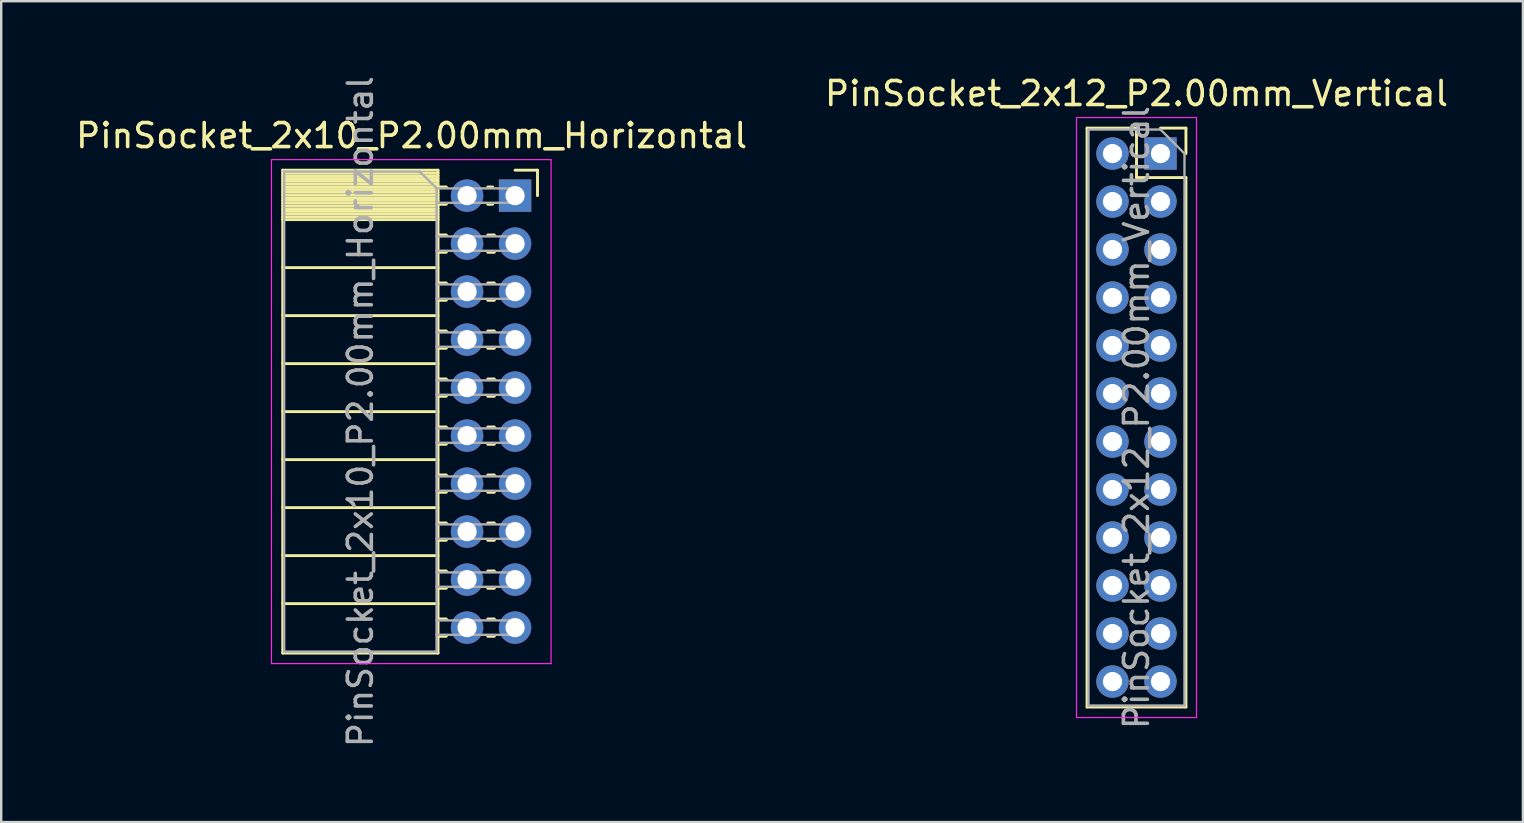
<source format=kicad_pcb>
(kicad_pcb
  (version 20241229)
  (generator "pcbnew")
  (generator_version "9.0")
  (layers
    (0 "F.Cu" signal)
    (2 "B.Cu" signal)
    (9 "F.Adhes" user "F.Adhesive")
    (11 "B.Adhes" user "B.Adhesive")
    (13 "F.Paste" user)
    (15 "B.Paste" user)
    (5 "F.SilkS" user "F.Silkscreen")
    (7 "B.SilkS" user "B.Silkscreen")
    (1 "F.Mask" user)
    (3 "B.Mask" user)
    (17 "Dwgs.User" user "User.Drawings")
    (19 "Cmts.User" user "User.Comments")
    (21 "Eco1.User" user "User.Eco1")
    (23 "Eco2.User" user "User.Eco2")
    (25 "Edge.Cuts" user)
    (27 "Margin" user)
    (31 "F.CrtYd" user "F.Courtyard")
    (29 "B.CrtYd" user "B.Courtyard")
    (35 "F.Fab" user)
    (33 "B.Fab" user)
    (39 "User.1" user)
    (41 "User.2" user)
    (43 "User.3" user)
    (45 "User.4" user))
  (footprint "PinSocket_2x10_P2.00mm_Horizontal"
    (layer "F.Cu")
    (at 18.411 5.101)
    (property "Reference" "PinSocket_2x10_P2.00mm_Horizontal" (at -4.31 -2.5 0) (layer "F.SilkS") (effects (font (size 1 1) (thickness 0.15))))
    (attr through_hole)
    (fp_line (start -9.68 -1.06) (end -9.68 19.06) (stroke (width 0.12) (type solid)) (layer "F.SilkS"))
    (fp_line (start -9.68 -1.06) (end -3.21 -1.06) (stroke (width 0.12) (type solid)) (layer "F.SilkS"))
    (fp_line (start -9.68 -0.94) (end -3.21 -0.94) (stroke (width 0.12) (type solid)) (layer "F.SilkS"))
    (fp_line (start -9.68 -0.826) (end -3.21 -0.826) (stroke (width 0.12) (type solid)) (layer "F.SilkS"))
    (fp_line (start -9.68 -0.712) (end -3.21 -0.712) (stroke (width 0.12) (type solid)) (layer "F.SilkS"))
    (fp_line (start -9.68 -0.598) (end -3.21 -0.598) (stroke (width 0.12) (type solid)) (layer "F.SilkS"))
    (fp_line (start -9.68 -0.484) (end -3.21 -0.484) (stroke (width 0.12) (type solid)) (layer "F.SilkS"))
    (fp_line (start -9.68 -0.369) (end -3.21 -0.369) (stroke (width 0.12) (type solid)) (layer "F.SilkS"))
    (fp_line (start -9.68 -0.255) (end -3.21 -0.255) (stroke (width 0.12) (type solid)) (layer "F.SilkS"))
    (fp_line (start -9.68 -0.141) (end -3.21 -0.141) (stroke (width 0.12) (type solid)) (layer "F.SilkS"))
    (fp_line (start -9.68 -0.027) (end -3.21 -0.027) (stroke (width 0.12) (type solid)) (layer "F.SilkS"))
    (fp_line (start -9.68 0.087) (end -3.21 0.087) (stroke (width 0.12) (type solid)) (layer "F.SilkS"))
    (fp_line (start -9.68 0.201) (end -3.21 0.201) (stroke (width 0.12) (type solid)) (layer "F.SilkS"))
    (fp_line (start -9.68 0.315) (end -3.21 0.315) (stroke (width 0.12) (type solid)) (layer "F.SilkS"))
    (fp_line (start -9.68 0.429) (end -3.21 0.429) (stroke (width 0.12) (type solid)) (layer "F.SilkS"))
    (fp_line (start -9.68 0.544) (end -3.21 0.544) (stroke (width 0.12) (type solid)) (layer "F.SilkS"))
    (fp_line (start -9.68 0.658) (end -3.21 0.658) (stroke (width 0.12) (type solid)) (layer "F.SilkS"))
    (fp_line (start -9.68 0.772) (end -3.21 0.772) (stroke (width 0.12) (type solid)) (layer "F.SilkS"))
    (fp_line (start -9.68 0.886) (end -3.21 0.886) (stroke (width 0.12) (type solid)) (layer "F.SilkS"))
    (fp_line (start -9.68 1) (end -3.21 1) (stroke (width 0.12) (type solid)) (layer "F.SilkS"))
    (fp_line (start -9.68 3) (end -3.21 3) (stroke (width 0.12) (type solid)) (layer "F.SilkS"))
    (fp_line (start -9.68 5) (end -3.21 5) (stroke (width 0.12) (type solid)) (layer "F.SilkS"))
    (fp_line (start -9.68 7) (end -3.21 7) (stroke (width 0.12) (type solid)) (layer "F.SilkS"))
    (fp_line (start -9.68 9) (end -3.21 9) (stroke (width 0.12) (type solid)) (layer "F.SilkS"))
    (fp_line (start -9.68 11) (end -3.21 11) (stroke (width 0.12) (type solid)) (layer "F.SilkS"))
    (fp_line (start -9.68 13) (end -3.21 13) (stroke (width 0.12) (type solid)) (layer "F.SilkS"))
    (fp_line (start -9.68 15) (end -3.21 15) (stroke (width 0.12) (type solid)) (layer "F.SilkS"))
    (fp_line (start -9.68 17) (end -3.21 17) (stroke (width 0.12) (type solid)) (layer "F.SilkS"))
    (fp_line (start -9.68 19.06) (end -3.21 19.06) (stroke (width 0.12) (type solid)) (layer "F.SilkS"))
    (fp_line (start -3.21 -1.06) (end -3.21 19.06) (stroke (width 0.12) (type solid)) (layer "F.SilkS"))
    (fp_line (start -3.21 -0.36) (end -2.863 -0.36) (stroke (width 0.12) (type solid)) (layer "F.SilkS"))
    (fp_line (start -3.21 0.36) (end -2.863 0.36) (stroke (width 0.12) (type solid)) (layer "F.SilkS"))
    (fp_line (start -3.21 1.64) (end -2.863 1.64) (stroke (width 0.12) (type solid)) (layer "F.SilkS"))
    (fp_line (start -3.21 2.36) (end -2.863 2.36) (stroke (width 0.12) (type solid)) (layer "F.SilkS"))
    (fp_line (start -3.21 3.64) (end -2.863 3.64) (stroke (width 0.12) (type solid)) (layer "F.SilkS"))
    (fp_line (start -3.21 4.36) (end -2.863 4.36) (stroke (width 0.12) (type solid)) (layer "F.SilkS"))
    (fp_line (start -3.21 5.64) (end -2.863 5.64) (stroke (width 0.12) (type solid)) (layer "F.SilkS"))
    (fp_line (start -3.21 6.36) (end -2.863 6.36) (stroke (width 0.12) (type solid)) (layer "F.SilkS"))
    (fp_line (start -3.21 7.64) (end -2.863 7.64) (stroke (width 0.12) (type solid)) (layer "F.SilkS"))
    (fp_line (start -3.21 8.36) (end -2.863 8.36) (stroke (width 0.12) (type solid)) (layer "F.SilkS"))
    (fp_line (start -3.21 9.64) (end -2.863 9.64) (stroke (width 0.12) (type solid)) (layer "F.SilkS"))
    (fp_line (start -3.21 10.36) (end -2.863 10.36) (stroke (width 0.12) (type solid)) (layer "F.SilkS"))
    (fp_line (start -3.21 11.64) (end -2.863 11.64) (stroke (width 0.12) (type solid)) (layer "F.SilkS"))
    (fp_line (start -3.21 12.36) (end -2.863 12.36) (stroke (width 0.12) (type solid)) (layer "F.SilkS"))
    (fp_line (start -3.21 13.64) (end -2.863 13.64) (stroke (width 0.12) (type solid)) (layer "F.SilkS"))
    (fp_line (start -3.21 14.36) (end -2.863 14.36) (stroke (width 0.12) (type solid)) (layer "F.SilkS"))
    (fp_line (start -3.21 15.64) (end -2.863 15.64) (stroke (width 0.12) (type solid)) (layer "F.SilkS"))
    (fp_line (start -3.21 16.36) (end -2.863 16.36) (stroke (width 0.12) (type solid)) (layer "F.SilkS"))
    (fp_line (start -3.21 17.64) (end -2.863 17.64) (stroke (width 0.12) (type solid)) (layer "F.SilkS"))
    (fp_line (start -3.21 18.36) (end -2.863 18.36) (stroke (width 0.12) (type solid)) (layer "F.SilkS"))
    (fp_line (start -1.137 -0.36) (end -0.935 -0.36) (stroke (width 0.12) (type solid)) (layer "F.SilkS"))
    (fp_line (start -1.137 0.36) (end -0.935 0.36) (stroke (width 0.12) (type solid)) (layer "F.SilkS"))
    (fp_line (start -1.137 1.64) (end -0.863 1.64) (stroke (width 0.12) (type solid)) (layer "F.SilkS"))
    (fp_line (start -1.137 2.36) (end -0.863 2.36) (stroke (width 0.12) (type solid)) (layer "F.SilkS"))
    (fp_line (start -1.137 3.64) (end -0.863 3.64) (stroke (width 0.12) (type solid)) (layer "F.SilkS"))
    (fp_line (start -1.137 4.36) (end -0.863 4.36) (stroke (width 0.12) (type solid)) (layer "F.SilkS"))
    (fp_line (start -1.137 5.64) (end -0.863 5.64) (stroke (width 0.12) (type solid)) (layer "F.SilkS"))
    (fp_line (start -1.137 6.36) (end -0.863 6.36) (stroke (width 0.12) (type solid)) (layer "F.SilkS"))
    (fp_line (start -1.137 7.64) (end -0.863 7.64) (stroke (width 0.12) (type solid)) (layer "F.SilkS"))
    (fp_line (start -1.137 8.36) (end -0.863 8.36) (stroke (width 0.12) (type solid)) (layer "F.SilkS"))
    (fp_line (start -1.137 9.64) (end -0.863 9.64) (stroke (width 0.12) (type solid)) (layer "F.SilkS"))
    (fp_line (start -1.137 10.36) (end -0.863 10.36) (stroke (width 0.12) (type solid)) (layer "F.SilkS"))
    (fp_line (start -1.137 11.64) (end -0.863 11.64) (stroke (width 0.12) (type solid)) (layer "F.SilkS"))
    (fp_line (start -1.137 12.36) (end -0.863 12.36) (stroke (width 0.12) (type solid)) (layer "F.SilkS"))
    (fp_line (start -1.137 13.64) (end -0.863 13.64) (stroke (width 0.12) (type solid)) (layer "F.SilkS"))
    (fp_line (start -1.137 14.36) (end -0.863 14.36) (stroke (width 0.12) (type solid)) (layer "F.SilkS"))
    (fp_line (start -1.137 15.64) (end -0.863 15.64) (stroke (width 0.12) (type solid)) (layer "F.SilkS"))
    (fp_line (start -1.137 16.36) (end -0.863 16.36) (stroke (width 0.12) (type solid)) (layer "F.SilkS"))
    (fp_line (start -1.137 17.64) (end -0.863 17.64) (stroke (width 0.12) (type solid)) (layer "F.SilkS"))
    (fp_line (start -1.137 18.36) (end -0.863 18.36) (stroke (width 0.12) (type solid)) (layer "F.SilkS"))
    (fp_line (start 0 -1.06) (end 0.935 -1.06) (stroke (width 0.12) (type solid)) (layer "F.SilkS"))
    (fp_line (start 0.935 -1.06) (end 0.935 0) (stroke (width 0.12) (type solid)) (layer "F.SilkS"))
    (fp_line (start -10.15 -1.5) (end -10.15 19.5) (stroke (width 0.05) (type solid)) (layer "F.CrtYd"))
    (fp_line (start -10.15 19.5) (end 1.5 19.5) (stroke (width 0.05) (type solid)) (layer "F.CrtYd"))
    (fp_line (start 1.5 -1.5) (end -10.15 -1.5) (stroke (width 0.05) (type solid)) (layer "F.CrtYd"))
    (fp_line (start 1.5 19.5) (end 1.5 -1.5) (stroke (width 0.05) (type solid)) (layer "F.CrtYd"))
    (fp_line (start -9.62 -1) (end -3.97 -1) (stroke (width 0.1) (type solid)) (layer "F.Fab"))
    (fp_line (start -9.62 19) (end -9.62 -1) (stroke (width 0.1) (type solid)) (layer "F.Fab"))
    (fp_line (start -3.97 -1) (end -3.27 -0.3) (stroke (width 0.1) (type solid)) (layer "F.Fab"))
    (fp_line (start -3.27 -0.3) (end -3.27 19) (stroke (width 0.1) (type solid)) (layer "F.Fab"))
    (fp_line (start -3.27 0.3) (end 0 0.3) (stroke (width 0.1) (type solid)) (layer "F.Fab"))
    (fp_line (start -3.27 2.3) (end 0 2.3) (stroke (width 0.1) (type solid)) (layer "F.Fab"))
    (fp_line (start -3.27 4.3) (end 0 4.3) (stroke (width 0.1) (type solid)) (layer "F.Fab"))
    (fp_line (start -3.27 6.3) (end 0 6.3) (stroke (width 0.1) (type solid)) (layer "F.Fab"))
    (fp_line (start -3.27 8.3) (end 0 8.3) (stroke (width 0.1) (type solid)) (layer "F.Fab"))
    (fp_line (start -3.27 10.3) (end 0 10.3) (stroke (width 0.1) (type solid)) (layer "F.Fab"))
    (fp_line (start -3.27 12.3) (end 0 12.3) (stroke (width 0.1) (type solid)) (layer "F.Fab"))
    (fp_line (start -3.27 14.3) (end 0 14.3) (stroke (width 0.1) (type solid)) (layer "F.Fab"))
    (fp_line (start -3.27 16.3) (end 0 16.3) (stroke (width 0.1) (type solid)) (layer "F.Fab"))
    (fp_line (start -3.27 18.3) (end 0 18.3) (stroke (width 0.1) (type solid)) (layer "F.Fab"))
    (fp_line (start -3.27 19) (end -9.62 19) (stroke (width 0.1) (type solid)) (layer "F.Fab"))
    (fp_line (start 0 -0.3) (end -3.27 -0.3) (stroke (width 0.1) (type solid)) (layer "F.Fab"))
    (fp_line (start 0 0.3) (end 0 -0.3) (stroke (width 0.1) (type solid)) (layer "F.Fab"))
    (fp_line (start 0 1.7) (end -3.27 1.7) (stroke (width 0.1) (type solid)) (layer "F.Fab"))
    (fp_line (start 0 2.3) (end 0 1.7) (stroke (width 0.1) (type solid)) (layer "F.Fab"))
    (fp_line (start 0 3.7) (end -3.27 3.7) (stroke (width 0.1) (type solid)) (layer "F.Fab"))
    (fp_line (start 0 4.3) (end 0 3.7) (stroke (width 0.1) (type solid)) (layer "F.Fab"))
    (fp_line (start 0 5.7) (end -3.27 5.7) (stroke (width 0.1) (type solid)) (layer "F.Fab"))
    (fp_line (start 0 6.3) (end 0 5.7) (stroke (width 0.1) (type solid)) (layer "F.Fab"))
    (fp_line (start 0 7.7) (end -3.27 7.7) (stroke (width 0.1) (type solid)) (layer "F.Fab"))
    (fp_line (start 0 8.3) (end 0 7.7) (stroke (width 0.1) (type solid)) (layer "F.Fab"))
    (fp_line (start 0 9.7) (end -3.27 9.7) (stroke (width 0.1) (type solid)) (layer "F.Fab"))
    (fp_line (start 0 10.3) (end 0 9.7) (stroke (width 0.1) (type solid)) (layer "F.Fab"))
    (fp_line (start 0 11.7) (end -3.27 11.7) (stroke (width 0.1) (type solid)) (layer "F.Fab"))
    (fp_line (start 0 12.3) (end 0 11.7) (stroke (width 0.1) (type solid)) (layer "F.Fab"))
    (fp_line (start 0 13.7) (end -3.27 13.7) (stroke (width 0.1) (type solid)) (layer "F.Fab"))
    (fp_line (start 0 14.3) (end 0 13.7) (stroke (width 0.1) (type solid)) (layer "F.Fab"))
    (fp_line (start 0 15.7) (end -3.27 15.7) (stroke (width 0.1) (type solid)) (layer "F.Fab"))
    (fp_line (start 0 16.3) (end 0 15.7) (stroke (width 0.1) (type solid)) (layer "F.Fab"))
    (fp_line (start 0 17.7) (end -3.27 17.7) (stroke (width 0.1) (type solid)) (layer "F.Fab"))
    (fp_line (start 0 18.3) (end 0 17.7) (stroke (width 0.1) (type solid)) (layer "F.Fab"))
    (fp_text user "${REFERENCE}" (at -6.445 9 90) (layer "F.Fab") (effects (font (size 1 1) (thickness 0.15))))
    (pad "1" thru_hole rect (at 0 0) (size 1.35 1.35) (drill 0.8) (layers "*.Cu" "*.Mask"))
    (pad "2" thru_hole oval (at -2 0) (size 1.35 1.35) (drill 0.8) (layers "*.Cu" "*.Mask"))
    (pad "3" thru_hole oval (at 0 2) (size 1.35 1.35) (drill 0.8) (layers "*.Cu" "*.Mask"))
    (pad "4" thru_hole oval (at -2 2) (size 1.35 1.35) (drill 0.8) (layers "*.Cu" "*.Mask"))
    (pad "5" thru_hole oval (at 0 4) (size 1.35 1.35) (drill 0.8) (layers "*.Cu" "*.Mask"))
    (pad "6" thru_hole oval (at -2 4) (size 1.35 1.35) (drill 0.8) (layers "*.Cu" "*.Mask"))
    (pad "7" thru_hole oval (at 0 6) (size 1.35 1.35) (drill 0.8) (layers "*.Cu" "*.Mask"))
    (pad "8" thru_hole oval (at -2 6) (size 1.35 1.35) (drill 0.8) (layers "*.Cu" "*.Mask"))
    (pad "9" thru_hole oval (at 0 8) (size 1.35 1.35) (drill 0.8) (layers "*.Cu" "*.Mask"))
    (pad "10" thru_hole oval (at -2 8) (size 1.35 1.35) (drill 0.8) (layers "*.Cu" "*.Mask"))
    (pad "11" thru_hole oval (at 0 10) (size 1.35 1.35) (drill 0.8) (layers "*.Cu" "*.Mask"))
    (pad "12" thru_hole oval (at -2 10) (size 1.35 1.35) (drill 0.8) (layers "*.Cu" "*.Mask"))
    (pad "13" thru_hole oval (at 0 12) (size 1.35 1.35) (drill 0.8) (layers "*.Cu" "*.Mask"))
    (pad "14" thru_hole oval (at -2 12) (size 1.35 1.35) (drill 0.8) (layers "*.Cu" "*.Mask"))
    (pad "15" thru_hole oval (at 0 14) (size 1.35 1.35) (drill 0.8) (layers "*.Cu" "*.Mask"))
    (pad "16" thru_hole oval (at -2 14) (size 1.35 1.35) (drill 0.8) (layers "*.Cu" "*.Mask"))
    (pad "17" thru_hole oval (at 0 16) (size 1.35 1.35) (drill 0.8) (layers "*.Cu" "*.Mask"))
    (pad "18" thru_hole oval (at -2 16) (size 1.35 1.35) (drill 0.8) (layers "*.Cu" "*.Mask"))
    (pad "19" thru_hole oval (at 0 18) (size 1.35 1.35) (drill 0.8) (layers "*.Cu" "*.Mask"))
    (pad "20" thru_hole oval (at -2 18) (size 1.35 1.35) (drill 0.8) (layers "*.Cu" "*.Mask")))
  (footprint "PinSocket_2x12_P2.00mm_Vertical"
    (layer "F.Cu")
    (at 45.304 3.348)
    (property "Reference" "PinSocket_2x12_P2.00mm_Vertical" (at -1 -2.5 0) (layer "F.SilkS") (effects (font (size 1 1) (thickness 0.15))))
    (attr through_hole)
    (fp_line (start -3.06 -1.06) (end -3.06 23.06) (stroke (width 0.12) (type solid)) (layer "F.SilkS"))
    (fp_line (start -3.06 -1.06) (end -1 -1.06) (stroke (width 0.12) (type solid)) (layer "F.SilkS"))
    (fp_line (start -3.06 23.06) (end 1.06 23.06) (stroke (width 0.12) (type solid)) (layer "F.SilkS"))
    (fp_line (start -1 -1.06) (end -1 1) (stroke (width 0.12) (type solid)) (layer "F.SilkS"))
    (fp_line (start -1 1) (end 1.06 1) (stroke (width 0.12) (type solid)) (layer "F.SilkS"))
    (fp_line (start 0 -1.06) (end 1.06 -1.06) (stroke (width 0.12) (type solid)) (layer "F.SilkS"))
    (fp_line (start 1.06 -1.06) (end 1.06 0) (stroke (width 0.12) (type solid)) (layer "F.SilkS"))
    (fp_line (start 1.06 1) (end 1.06 23.06) (stroke (width 0.12) (type solid)) (layer "F.SilkS"))
    (fp_line (start -3.5 -1.5) (end 1.5 -1.5) (stroke (width 0.05) (type solid)) (layer "F.CrtYd"))
    (fp_line (start -3.5 23.5) (end -3.5 -1.5) (stroke (width 0.05) (type solid)) (layer "F.CrtYd"))
    (fp_line (start 1.5 -1.5) (end 1.5 23.5) (stroke (width 0.05) (type solid)) (layer "F.CrtYd"))
    (fp_line (start 1.5 23.5) (end -3.5 23.5) (stroke (width 0.05) (type solid)) (layer "F.CrtYd"))
    (fp_line (start -3 -1) (end 0 -1) (stroke (width 0.1) (type solid)) (layer "F.Fab"))
    (fp_line (start -3 23) (end -3 -1) (stroke (width 0.1) (type solid)) (layer "F.Fab"))
    (fp_line (start 0 -1) (end 1 0) (stroke (width 0.1) (type solid)) (layer "F.Fab"))
    (fp_line (start 1 0) (end 1 23) (stroke (width 0.1) (type solid)) (layer "F.Fab"))
    (fp_line (start 1 23) (end -3 23) (stroke (width 0.1) (type solid)) (layer "F.Fab"))
    (fp_text user "${REFERENCE}" (at -1 11 90) (layer "F.Fab") (effects (font (size 1 1) (thickness 0.15))))
    (pad "1" thru_hole rect (at 0 0) (size 1.35 1.35) (drill 0.8) (layers "*.Cu" "*.Mask"))
    (pad "2" thru_hole oval (at -2 0) (size 1.35 1.35) (drill 0.8) (layers "*.Cu" "*.Mask"))
    (pad "3" thru_hole oval (at 0 2) (size 1.35 1.35) (drill 0.8) (layers "*.Cu" "*.Mask"))
    (pad "4" thru_hole oval (at -2 2) (size 1.35 1.35) (drill 0.8) (layers "*.Cu" "*.Mask"))
    (pad "5" thru_hole oval (at 0 4) (size 1.35 1.35) (drill 0.8) (layers "*.Cu" "*.Mask"))
    (pad "6" thru_hole oval (at -2 4) (size 1.35 1.35) (drill 0.8) (layers "*.Cu" "*.Mask"))
    (pad "7" thru_hole oval (at 0 6) (size 1.35 1.35) (drill 0.8) (layers "*.Cu" "*.Mask"))
    (pad "8" thru_hole oval (at -2 6) (size 1.35 1.35) (drill 0.8) (layers "*.Cu" "*.Mask"))
    (pad "9" thru_hole oval (at 0 8) (size 1.35 1.35) (drill 0.8) (layers "*.Cu" "*.Mask"))
    (pad "10" thru_hole oval (at -2 8) (size 1.35 1.35) (drill 0.8) (layers "*.Cu" "*.Mask"))
    (pad "11" thru_hole oval (at 0 10) (size 1.35 1.35) (drill 0.8) (layers "*.Cu" "*.Mask"))
    (pad "12" thru_hole oval (at -2 10) (size 1.35 1.35) (drill 0.8) (layers "*.Cu" "*.Mask"))
    (pad "13" thru_hole oval (at 0 12) (size 1.35 1.35) (drill 0.8) (layers "*.Cu" "*.Mask"))
    (pad "14" thru_hole oval (at -2 12) (size 1.35 1.35) (drill 0.8) (layers "*.Cu" "*.Mask"))
    (pad "15" thru_hole oval (at 0 14) (size 1.35 1.35) (drill 0.8) (layers "*.Cu" "*.Mask"))
    (pad "16" thru_hole oval (at -2 14) (size 1.35 1.35) (drill 0.8) (layers "*.Cu" "*.Mask"))
    (pad "17" thru_hole oval (at 0 16) (size 1.35 1.35) (drill 0.8) (layers "*.Cu" "*.Mask"))
    (pad "18" thru_hole oval (at -2 16) (size 1.35 1.35) (drill 0.8) (layers "*.Cu" "*.Mask"))
    (pad "19" thru_hole oval (at 0 18) (size 1.35 1.35) (drill 0.8) (layers "*.Cu" "*.Mask"))
    (pad "20" thru_hole oval (at -2 18) (size 1.35 1.35) (drill 0.8) (layers "*.Cu" "*.Mask"))
    (pad "21" thru_hole oval (at 0 20) (size 1.35 1.35) (drill 0.8) (layers "*.Cu" "*.Mask"))
    (pad "22" thru_hole oval (at -2 20) (size 1.35 1.35) (drill 0.8) (layers "*.Cu" "*.Mask"))
    (pad "23" thru_hole oval (at 0 22) (size 1.35 1.35) (drill 0.8) (layers "*.Cu" "*.Mask"))
    (pad "24" thru_hole oval (at -2 22) (size 1.35 1.35) (drill 0.8) (layers "*.Cu" "*.Mask")))
  (gr_rect
    (start -3 -3)
    (end 60.405 31.202)
    (stroke (width 0.1) (type default))
    (fill no)
    (layer "Edge.Cuts")))
</source>
